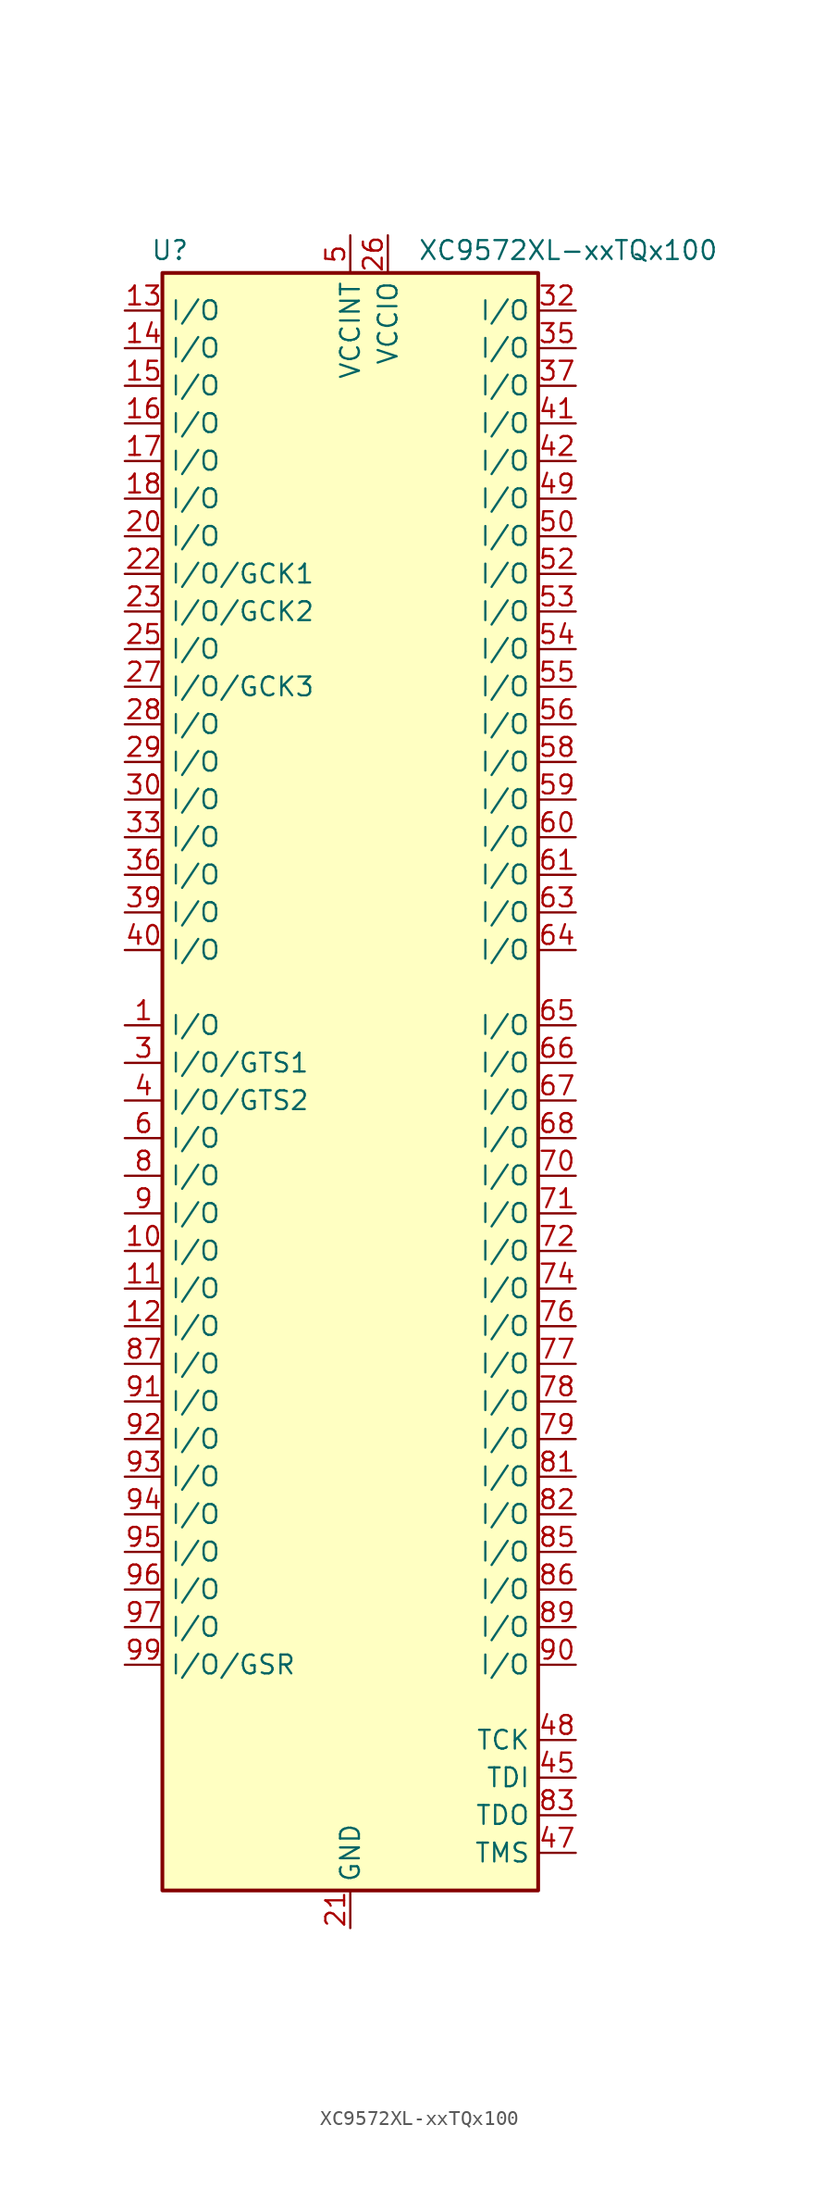
<source format=kicad_sym>
(kicad_symbol_lib
  (version 20241209)
  (generator "kicad_symbol_editor")
  (generator_version "9.0")
  (symbol "XC9572XL-xxTQx100"
    (property "Reference" "U"
      (at -12.192 54.864 0)
      (effects (font (size 1.27 1.27))))
    (property "Value" "XC9572XL-xxTQx100"
      (at 14.732 54.864 0)
      (effects (font (size 1.27 1.27))))
    (symbol "XC9572XL-xxTQx100_1_1"
      (rectangle (start -12.7 53.34) (end 12.7 -55.88) (stroke (width 0.254) (type default)) (fill (type background)))
      (pin bidirectional line (at -15.24 50.8 0) (length 2.54) (name "I/O" (effects (font (size 1.27 1.27)))) (number "13" (effects (font (size 1.27 1.27)))))
      (pin bidirectional line (at -15.24 48.26 0) (length 2.54) (name "I/O" (effects (font (size 1.27 1.27)))) (number "14" (effects (font (size 1.27 1.27)))))
      (pin bidirectional line (at -15.24 45.72 0) (length 2.54) (name "I/O" (effects (font (size 1.27 1.27)))) (number "15" (effects (font (size 1.27 1.27)))))
      (pin bidirectional line (at -15.24 43.18 0) (length 2.54) (name "I/O" (effects (font (size 1.27 1.27)))) (number "16" (effects (font (size 1.27 1.27)))))
      (pin bidirectional line (at -15.24 40.64 0) (length 2.54) (name "I/O" (effects (font (size 1.27 1.27)))) (number "17" (effects (font (size 1.27 1.27)))))
      (pin bidirectional line (at -15.24 38.1 0) (length 2.54) (name "I/O" (effects (font (size 1.27 1.27)))) (number "18" (effects (font (size 1.27 1.27)))))
      (pin bidirectional line (at -15.24 35.56 0) (length 2.54) (name "I/O" (effects (font (size 1.27 1.27)))) (number "20" (effects (font (size 1.27 1.27)))))
      (pin bidirectional line (at -15.24 33.02 0) (length 2.54) (name "I/O/GCK1" (effects (font (size 1.27 1.27)))) (number "22" (effects (font (size 1.27 1.27)))))
      (pin bidirectional line (at -15.24 30.48 0) (length 2.54) (name "I/O/GCK2" (effects (font (size 1.27 1.27)))) (number "23" (effects (font (size 1.27 1.27)))))
      (pin bidirectional line (at -15.24 27.94 0) (length 2.54) (name "I/O" (effects (font (size 1.27 1.27)))) (number "25" (effects (font (size 1.27 1.27)))))
      (pin bidirectional line (at -15.24 25.4 0) (length 2.54) (name "I/O/GCK3" (effects (font (size 1.27 1.27)))) (number "27" (effects (font (size 1.27 1.27)))))
      (pin bidirectional line (at -15.24 22.86 0) (length 2.54) (name "I/O" (effects (font (size 1.27 1.27)))) (number "28" (effects (font (size 1.27 1.27)))))
      (pin bidirectional line (at -15.24 20.32 0) (length 2.54) (name "I/O" (effects (font (size 1.27 1.27)))) (number "29" (effects (font (size 1.27 1.27)))))
      (pin bidirectional line (at -15.24 17.78 0) (length 2.54) (name "I/O" (effects (font (size 1.27 1.27)))) (number "30" (effects (font (size 1.27 1.27)))))
      (pin bidirectional line (at -15.24 15.24 0) (length 2.54) (name "I/O" (effects (font (size 1.27 1.27)))) (number "33" (effects (font (size 1.27 1.27)))))
      (pin bidirectional line (at -15.24 12.7 0) (length 2.54) (name "I/O" (effects (font (size 1.27 1.27)))) (number "36" (effects (font (size 1.27 1.27)))))
      (pin bidirectional line (at -15.24 10.16 0) (length 2.54) (name "I/O" (effects (font (size 1.27 1.27)))) (number "39" (effects (font (size 1.27 1.27)))))
      (pin bidirectional line (at -15.24 7.62 0) (length 2.54) (name "I/O" (effects (font (size 1.27 1.27)))) (number "40" (effects (font (size 1.27 1.27)))))
      (pin bidirectional line (at -15.24 2.54 0) (length 2.54) (name "I/O" (effects (font (size 1.27 1.27)))) (number "1" (effects (font (size 1.27 1.27)))))
      (pin bidirectional line (at -15.24 0 0) (length 2.54) (name "I/O/GTS1" (effects (font (size 1.27 1.27)))) (number "3" (effects (font (size 1.27 1.27)))))
      (pin bidirectional line (at -15.24 -2.54 0) (length 2.54) (name "I/O/GTS2" (effects (font (size 1.27 1.27)))) (number "4" (effects (font (size 1.27 1.27)))))
      (pin bidirectional line (at -15.24 -5.08 0) (length 2.54) (name "I/O" (effects (font (size 1.27 1.27)))) (number "6" (effects (font (size 1.27 1.27)))))
      (pin bidirectional line (at -15.24 -7.62 0) (length 2.54) (name "I/O" (effects (font (size 1.27 1.27)))) (number "8" (effects (font (size 1.27 1.27)))))
      (pin bidirectional line (at -15.24 -10.16 0) (length 2.54) (name "I/O" (effects (font (size 1.27 1.27)))) (number "9" (effects (font (size 1.27 1.27)))))
      (pin bidirectional line (at -15.24 -12.7 0) (length 2.54) (name "I/O" (effects (font (size 1.27 1.27)))) (number "10" (effects (font (size 1.27 1.27)))))
      (pin bidirectional line (at -15.24 -15.24 0) (length 2.54) (name "I/O" (effects (font (size 1.27 1.27)))) (number "11" (effects (font (size 1.27 1.27)))))
      (pin bidirectional line (at -15.24 -17.78 0) (length 2.54) (name "I/O" (effects (font (size 1.27 1.27)))) (number "12" (effects (font (size 1.27 1.27)))))
      (pin bidirectional line (at -15.24 -20.32 0) (length 2.54) (name "I/O" (effects (font (size 1.27 1.27)))) (number "87" (effects (font (size 1.27 1.27)))))
      (pin bidirectional line (at -15.24 -22.86 0) (length 2.54) (name "I/O" (effects (font (size 1.27 1.27)))) (number "91" (effects (font (size 1.27 1.27)))))
      (pin bidirectional line (at -15.24 -25.4 0) (length 2.54) (name "I/O" (effects (font (size 1.27 1.27)))) (number "92" (effects (font (size 1.27 1.27)))))
      (pin bidirectional line (at -15.24 -27.94 0) (length 2.54) (name "I/O" (effects (font (size 1.27 1.27)))) (number "93" (effects (font (size 1.27 1.27)))))
      (pin bidirectional line (at -15.24 -30.48 0) (length 2.54) (name "I/O" (effects (font (size 1.27 1.27)))) (number "94" (effects (font (size 1.27 1.27)))))
      (pin bidirectional line (at -15.24 -33.02 0) (length 2.54) (name "I/O" (effects (font (size 1.27 1.27)))) (number "95" (effects (font (size 1.27 1.27)))))
      (pin bidirectional line (at -15.24 -35.56 0) (length 2.54) (name "I/O" (effects (font (size 1.27 1.27)))) (number "96" (effects (font (size 1.27 1.27)))))
      (pin bidirectional line (at -15.24 -38.1 0) (length 2.54) (name "I/O" (effects (font (size 1.27 1.27)))) (number "97" (effects (font (size 1.27 1.27)))))
      (pin bidirectional line (at -15.24 -40.64 0) (length 2.54) (name "I/O/GSR" (effects (font (size 1.27 1.27)))) (number "99" (effects (font (size 1.27 1.27)))))
      (pin no_connect line (at -12.7 -43.18 0) (length 0) (hide yes) (name "NC" (effects (font (size 1.27 1.27)))) (number "2" (effects (font (size 1.27 1.27)))))
      (pin no_connect line (at -12.7 -45.72 0) (length 0) (hide yes) (name "NC" (effects (font (size 1.27 1.27)))) (number "7" (effects (font (size 1.27 1.27)))))
      (pin no_connect line (at -12.7 -48.26 0) (length 0) (hide yes) (name "NC" (effects (font (size 1.27 1.27)))) (number "19" (effects (font (size 1.27 1.27)))))
      (pin no_connect line (at -12.7 -50.8 0) (length 0) (hide yes) (name "NC" (effects (font (size 1.27 1.27)))) (number "24" (effects (font (size 1.27 1.27)))))
      (pin no_connect line (at -12.7 -53.34 0) (length 0) (hide yes) (name "NC" (effects (font (size 1.27 1.27)))) (number "34" (effects (font (size 1.27 1.27)))))
      (pin no_connect line (at -7.62 -55.88 90) (length 0) (hide yes) (name "NC" (effects (font (size 1.27 1.27)))) (number "46" (effects (font (size 1.27 1.27)))))
      (pin no_connect line (at -5.08 -55.88 90) (length 0) (hide yes) (name "NC" (effects (font (size 1.27 1.27)))) (number "43" (effects (font (size 1.27 1.27)))))
      (pin power_in line (at 0 55.88 270) (length 2.54) (name "VCCINT" (effects (font (size 1.27 1.27)))) (number "5" (effects (font (size 1.27 1.27)))))
      (pin passive line (at 0 55.88 270) (length 2.54) (hide yes) (name "VCCINT" (effects (font (size 1.27 1.27)))) (number "57" (effects (font (size 1.27 1.27)))))
      (pin passive line (at 0 55.88 270) (length 2.54) (hide yes) (name "VCCINT" (effects (font (size 1.27 1.27)))) (number "98" (effects (font (size 1.27 1.27)))))
      (pin passive line (at 0 -58.42 90) (length 2.54) (hide yes) (name "GND" (effects (font (size 1.27 1.27)))) (number "100" (effects (font (size 1.27 1.27)))))
      (pin power_in line (at 0 -58.42 90) (length 2.54) (name "GND" (effects (font (size 1.27 1.27)))) (number "21" (effects (font (size 1.27 1.27)))))
      (pin passive line (at 0 -58.42 90) (length 2.54) (hide yes) (name "GND" (effects (font (size 1.27 1.27)))) (number "31" (effects (font (size 1.27 1.27)))))
      (pin passive line (at 0 -58.42 90) (length 2.54) (hide yes) (name "GND" (effects (font (size 1.27 1.27)))) (number "44" (effects (font (size 1.27 1.27)))))
      (pin passive line (at 0 -58.42 90) (length 2.54) (hide yes) (name "GND" (effects (font (size 1.27 1.27)))) (number "62" (effects (font (size 1.27 1.27)))))
      (pin passive line (at 0 -58.42 90) (length 2.54) (hide yes) (name "GND" (effects (font (size 1.27 1.27)))) (number "69" (effects (font (size 1.27 1.27)))))
      (pin passive line (at 0 -58.42 90) (length 2.54) (hide yes) (name "GND" (effects (font (size 1.27 1.27)))) (number "75" (effects (font (size 1.27 1.27)))))
      (pin passive line (at 0 -58.42 90) (length 2.54) (hide yes) (name "GND" (effects (font (size 1.27 1.27)))) (number "84" (effects (font (size 1.27 1.27)))))
      (pin power_in line (at 2.54 55.88 270) (length 2.54) (name "VCCIO" (effects (font (size 1.27 1.27)))) (number "26" (effects (font (size 1.27 1.27)))))
      (pin passive line (at 2.54 55.88 270) (length 2.54) (hide yes) (name "VCCIO" (effects (font (size 1.27 1.27)))) (number "38" (effects (font (size 1.27 1.27)))))
      (pin passive line (at 2.54 55.88 270) (length 2.54) (hide yes) (name "VCCIO" (effects (font (size 1.27 1.27)))) (number "51" (effects (font (size 1.27 1.27)))))
      (pin passive line (at 2.54 55.88 270) (length 2.54) (hide yes) (name "VCCIO" (effects (font (size 1.27 1.27)))) (number "88" (effects (font (size 1.27 1.27)))))
      (pin no_connect line (at 5.08 -55.88 90) (length 0) (hide yes) (name "NC" (effects (font (size 1.27 1.27)))) (number "73" (effects (font (size 1.27 1.27)))))
      (pin no_connect line (at 7.62 -55.88 90) (length 0) (hide yes) (name "NC" (effects (font (size 1.27 1.27)))) (number "80" (effects (font (size 1.27 1.27)))))
      (pin bidirectional line (at 15.24 50.8 180) (length 2.54) (name "I/O" (effects (font (size 1.27 1.27)))) (number "32" (effects (font (size 1.27 1.27)))))
      (pin bidirectional line (at 15.24 48.26 180) (length 2.54) (name "I/O" (effects (font (size 1.27 1.27)))) (number "35" (effects (font (size 1.27 1.27)))))
      (pin bidirectional line (at 15.24 45.72 180) (length 2.54) (name "I/O" (effects (font (size 1.27 1.27)))) (number "37" (effects (font (size 1.27 1.27)))))
      (pin bidirectional line (at 15.24 43.18 180) (length 2.54) (name "I/O" (effects (font (size 1.27 1.27)))) (number "41" (effects (font (size 1.27 1.27)))))
      (pin bidirectional line (at 15.24 40.64 180) (length 2.54) (name "I/O" (effects (font (size 1.27 1.27)))) (number "42" (effects (font (size 1.27 1.27)))))
      (pin bidirectional line (at 15.24 38.1 180) (length 2.54) (name "I/O" (effects (font (size 1.27 1.27)))) (number "49" (effects (font (size 1.27 1.27)))))
      (pin bidirectional line (at 15.24 35.56 180) (length 2.54) (name "I/O" (effects (font (size 1.27 1.27)))) (number "50" (effects (font (size 1.27 1.27)))))
      (pin bidirectional line (at 15.24 33.02 180) (length 2.54) (name "I/O" (effects (font (size 1.27 1.27)))) (number "52" (effects (font (size 1.27 1.27)))))
      (pin bidirectional line (at 15.24 30.48 180) (length 2.54) (name "I/O" (effects (font (size 1.27 1.27)))) (number "53" (effects (font (size 1.27 1.27)))))
      (pin bidirectional line (at 15.24 27.94 180) (length 2.54) (name "I/O" (effects (font (size 1.27 1.27)))) (number "54" (effects (font (size 1.27 1.27)))))
      (pin bidirectional line (at 15.24 25.4 180) (length 2.54) (name "I/O" (effects (font (size 1.27 1.27)))) (number "55" (effects (font (size 1.27 1.27)))))
      (pin bidirectional line (at 15.24 22.86 180) (length 2.54) (name "I/O" (effects (font (size 1.27 1.27)))) (number "56" (effects (font (size 1.27 1.27)))))
      (pin bidirectional line (at 15.24 20.32 180) (length 2.54) (name "I/O" (effects (font (size 1.27 1.27)))) (number "58" (effects (font (size 1.27 1.27)))))
      (pin bidirectional line (at 15.24 17.78 180) (length 2.54) (name "I/O" (effects (font (size 1.27 1.27)))) (number "59" (effects (font (size 1.27 1.27)))))
      (pin bidirectional line (at 15.24 15.24 180) (length 2.54) (name "I/O" (effects (font (size 1.27 1.27)))) (number "60" (effects (font (size 1.27 1.27)))))
      (pin bidirectional line (at 15.24 12.7 180) (length 2.54) (name "I/O" (effects (font (size 1.27 1.27)))) (number "61" (effects (font (size 1.27 1.27)))))
      (pin bidirectional line (at 15.24 10.16 180) (length 2.54) (name "I/O" (effects (font (size 1.27 1.27)))) (number "63" (effects (font (size 1.27 1.27)))))
      (pin bidirectional line (at 15.24 7.62 180) (length 2.54) (name "I/O" (effects (font (size 1.27 1.27)))) (number "64" (effects (font (size 1.27 1.27)))))
      (pin bidirectional line (at 15.24 2.54 180) (length 2.54) (name "I/O" (effects (font (size 1.27 1.27)))) (number "65" (effects (font (size 1.27 1.27)))))
      (pin bidirectional line (at 15.24 0 180) (length 2.54) (name "I/O" (effects (font (size 1.27 1.27)))) (number "66" (effects (font (size 1.27 1.27)))))
      (pin bidirectional line (at 15.24 -2.54 180) (length 2.54) (name "I/O" (effects (font (size 1.27 1.27)))) (number "67" (effects (font (size 1.27 1.27)))))
      (pin bidirectional line (at 15.24 -5.08 180) (length 2.54) (name "I/O" (effects (font (size 1.27 1.27)))) (number "68" (effects (font (size 1.27 1.27)))))
      (pin bidirectional line (at 15.24 -7.62 180) (length 2.54) (name "I/O" (effects (font (size 1.27 1.27)))) (number "70" (effects (font (size 1.27 1.27)))))
      (pin bidirectional line (at 15.24 -10.16 180) (length 2.54) (name "I/O" (effects (font (size 1.27 1.27)))) (number "71" (effects (font (size 1.27 1.27)))))
      (pin bidirectional line (at 15.24 -12.7 180) (length 2.54) (name "I/O" (effects (font (size 1.27 1.27)))) (number "72" (effects (font (size 1.27 1.27)))))
      (pin bidirectional line (at 15.24 -15.24 180) (length 2.54) (name "I/O" (effects (font (size 1.27 1.27)))) (number "74" (effects (font (size 1.27 1.27)))))
      (pin bidirectional line (at 15.24 -17.78 180) (length 2.54) (name "I/O" (effects (font (size 1.27 1.27)))) (number "76" (effects (font (size 1.27 1.27)))))
      (pin bidirectional line (at 15.24 -20.32 180) (length 2.54) (name "I/O" (effects (font (size 1.27 1.27)))) (number "77" (effects (font (size 1.27 1.27)))))
      (pin bidirectional line (at 15.24 -22.86 180) (length 2.54) (name "I/O" (effects (font (size 1.27 1.27)))) (number "78" (effects (font (size 1.27 1.27)))))
      (pin bidirectional line (at 15.24 -25.4 180) (length 2.54) (name "I/O" (effects (font (size 1.27 1.27)))) (number "79" (effects (font (size 1.27 1.27)))))
      (pin bidirectional line (at 15.24 -27.94 180) (length 2.54) (name "I/O" (effects (font (size 1.27 1.27)))) (number "81" (effects (font (size 1.27 1.27)))))
      (pin bidirectional line (at 15.24 -30.48 180) (length 2.54) (name "I/O" (effects (font (size 1.27 1.27)))) (number "82" (effects (font (size 1.27 1.27)))))
      (pin bidirectional line (at 15.24 -33.02 180) (length 2.54) (name "I/O" (effects (font (size 1.27 1.27)))) (number "85" (effects (font (size 1.27 1.27)))))
      (pin bidirectional line (at 15.24 -35.56 180) (length 2.54) (name "I/O" (effects (font (size 1.27 1.27)))) (number "86" (effects (font (size 1.27 1.27)))))
      (pin bidirectional line (at 15.24 -38.1 180) (length 2.54) (name "I/O" (effects (font (size 1.27 1.27)))) (number "89" (effects (font (size 1.27 1.27)))))
      (pin bidirectional line (at 15.24 -40.64 180) (length 2.54) (name "I/O" (effects (font (size 1.27 1.27)))) (number "90" (effects (font (size 1.27 1.27)))))
      (pin input line (at 15.24 -45.72 180) (length 2.54) (name "TCK" (effects (font (size 1.27 1.27)))) (number "48" (effects (font (size 1.27 1.27)))))
      (pin input line (at 15.24 -48.26 180) (length 2.54) (name "TDI" (effects (font (size 1.27 1.27)))) (number "45" (effects (font (size 1.27 1.27)))))
      (pin output line (at 15.24 -50.8 180) (length 2.54) (name "TDO" (effects (font (size 1.27 1.27)))) (number "83" (effects (font (size 1.27 1.27)))))
      (pin input line (at 15.24 -53.34 180) (length 2.54) (name "TMS" (effects (font (size 1.27 1.27)))) (number "47" (effects (font (size 1.27 1.27))))))))
</source>
